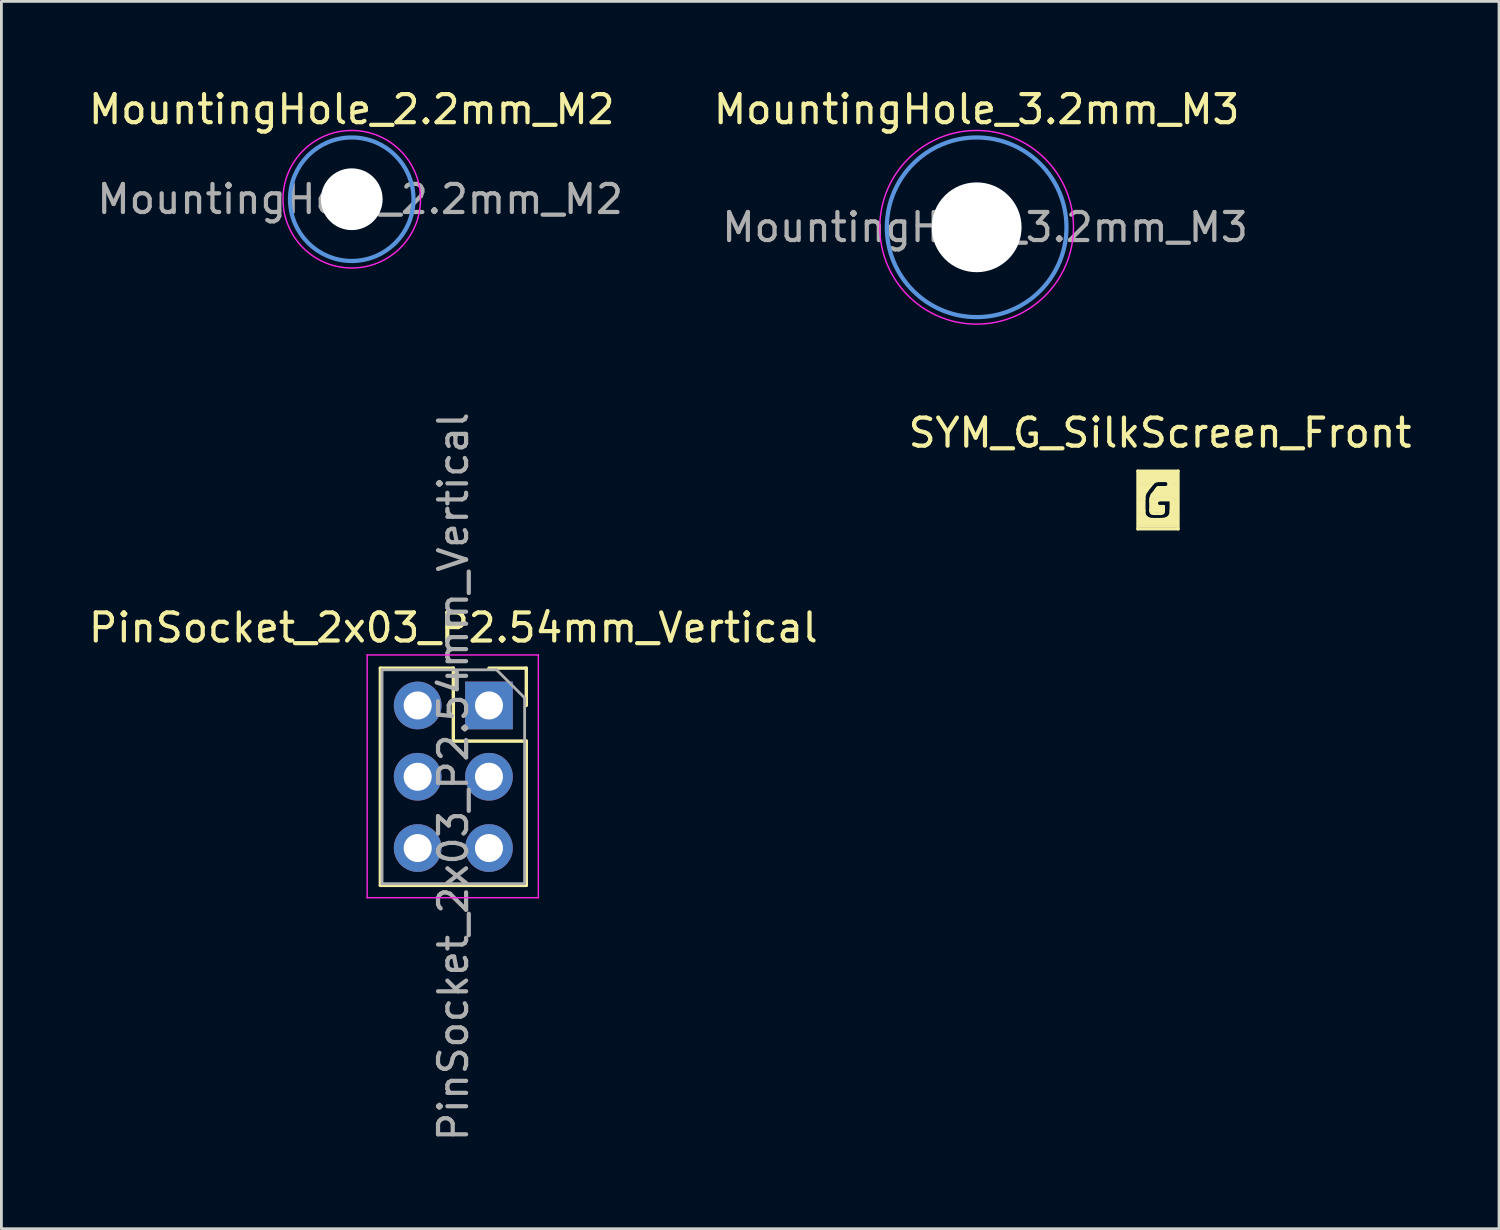
<source format=kicad_pcb>
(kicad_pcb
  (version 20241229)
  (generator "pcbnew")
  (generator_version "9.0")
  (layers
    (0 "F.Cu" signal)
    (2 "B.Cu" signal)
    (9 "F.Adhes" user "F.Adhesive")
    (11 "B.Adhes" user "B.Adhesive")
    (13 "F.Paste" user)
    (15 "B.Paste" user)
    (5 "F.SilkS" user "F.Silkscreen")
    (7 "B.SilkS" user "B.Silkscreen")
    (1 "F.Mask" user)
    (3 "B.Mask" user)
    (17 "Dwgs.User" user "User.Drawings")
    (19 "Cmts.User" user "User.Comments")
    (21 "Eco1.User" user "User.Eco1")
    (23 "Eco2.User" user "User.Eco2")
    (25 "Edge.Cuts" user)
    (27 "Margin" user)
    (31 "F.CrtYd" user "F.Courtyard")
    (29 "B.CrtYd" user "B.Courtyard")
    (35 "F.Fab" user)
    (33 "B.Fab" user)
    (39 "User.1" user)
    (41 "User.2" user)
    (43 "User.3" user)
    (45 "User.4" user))
  (footprint "SYM_G_SilkScreen_Front"
    (layer "F.Cu")
    (at 38.204 14.81)
    (property "Reference" "SYM_G_SilkScreen_Front" (at 0.076 -2.438 0) (layer "F.SilkS") (effects (font (size 1 1) (thickness 0.15))))
    (attr through_hole)
    (fp_line (start -0.72 -1.082) (end 0.725 -1.082) (stroke (width 0.1) (type solid)) (layer "F.SilkS"))
    (fp_line (start -0.72 0.99) (end -0.72 -1.082) (stroke (width 0.1) (type solid)) (layer "F.SilkS"))
    (fp_line (start -0.683 -1.019) (end 0.69 -1.019) (stroke (width 0.1) (type solid)) (layer "F.SilkS"))
    (fp_line (start -0.683 -0.942) (end 0.69 -0.942) (stroke (width 0.1) (type solid)) (layer "F.SilkS"))
    (fp_line (start -0.683 -0.865) (end 0.69 -0.865) (stroke (width 0.1) (type solid)) (layer "F.SilkS"))
    (fp_line (start -0.683 -0.789) (end 0.69 -0.789) (stroke (width 0.1) (type solid)) (layer "F.SilkS"))
    (fp_line (start -0.683 -0.712) (end -0.138 -0.712) (stroke (width 0.1) (type solid)) (layer "F.SilkS"))
    (fp_line (start -0.683 -0.636) (end -0.208 -0.636) (stroke (width 0.1) (type solid)) (layer "F.SilkS"))
    (fp_line (start -0.683 -0.559) (end -0.272 -0.559) (stroke (width 0.1) (type solid)) (layer "F.SilkS"))
    (fp_line (start -0.683 -0.483) (end -0.341 -0.483) (stroke (width 0.1) (type solid)) (layer "F.SilkS"))
    (fp_line (start -0.683 -0.406) (end -0.393 -0.406) (stroke (width 0.1) (type solid)) (layer "F.SilkS"))
    (fp_line (start -0.683 -0.329) (end -0.453 -0.329) (stroke (width 0.1) (type solid)) (layer "F.SilkS"))
    (fp_line (start -0.683 -0.253) (end -0.487 -0.253) (stroke (width 0.1) (type solid)) (layer "F.SilkS"))
    (fp_line (start -0.683 -0.176) (end -0.503 -0.176) (stroke (width 0.1) (type solid)) (layer "F.SilkS"))
    (fp_line (start -0.683 -0.1) (end -0.505 -0.1) (stroke (width 0.1) (type solid)) (layer "F.SilkS"))
    (fp_line (start -0.683 -0.023) (end -0.509 -0.023) (stroke (width 0.1) (type solid)) (layer "F.SilkS"))
    (fp_line (start -0.683 0.053) (end -0.515 0.053) (stroke (width 0.1) (type solid)) (layer "F.SilkS"))
    (fp_line (start -0.683 0.13) (end -0.513 0.13) (stroke (width 0.1) (type solid)) (layer "F.SilkS"))
    (fp_line (start -0.683 0.206) (end -0.519 0.206) (stroke (width 0.1) (type solid)) (layer "F.SilkS"))
    (fp_line (start -0.683 0.283) (end -0.51 0.283) (stroke (width 0.1) (type solid)) (layer "F.SilkS"))
    (fp_line (start -0.683 0.36) (end -0.504 0.36) (stroke (width 0.1) (type solid)) (layer "F.SilkS"))
    (fp_line (start -0.683 0.436) (end -0.504 0.436) (stroke (width 0.1) (type solid)) (layer "F.SilkS"))
    (fp_line (start -0.683 0.513) (end -0.47 0.513) (stroke (width 0.1) (type solid)) (layer "F.SilkS"))
    (fp_line (start -0.683 0.589) (end -0.416 0.589) (stroke (width 0.1) (type solid)) (layer "F.SilkS"))
    (fp_line (start -0.683 0.666) (end 0.682 0.666) (stroke (width 0.1) (type solid)) (layer "F.SilkS"))
    (fp_line (start -0.683 0.742) (end 0.682 0.742) (stroke (width 0.1) (type solid)) (layer "F.SilkS"))
    (fp_line (start -0.683 0.819) (end 0.674 0.819) (stroke (width 0.1) (type solid)) (layer "F.SilkS"))
    (fp_line (start -0.683 0.896) (end 0.682 0.896) (stroke (width 0.1) (type solid)) (layer "F.SilkS"))
    (fp_line (start -0.491 -0.088) (end -0.491 0.334) (stroke (width 0.1) (type solid)) (layer "F.SilkS"))
    (fp_line (start -0.258 0.319) (end -0.258 -0.012) (stroke (width 0.1) (type solid)) (layer "F.SilkS"))
    (fp_line (start -0.254 0.283) (end 0.192 0.283) (stroke (width 0.1) (type solid)) (layer "F.SilkS"))
    (fp_line (start -0.252 -0.1) (end 0.661 -0.1) (stroke (width 0.1) (type solid)) (layer "F.SilkS"))
    (fp_line (start -0.249 0.053) (end -0.073 0.053) (stroke (width 0.1) (type solid)) (layer "F.SilkS"))
    (fp_line (start -0.248 -0.023) (end -0.013 -0.023) (stroke (width 0.1) (type solid)) (layer "F.SilkS"))
    (fp_line (start -0.247 0.206) (end 0.193 0.206) (stroke (width 0.1) (type solid)) (layer "F.SilkS"))
    (fp_line (start -0.247 0.36) (end 0.187 0.36) (stroke (width 0.1) (type solid)) (layer "F.SilkS"))
    (fp_line (start -0.245 0.13) (end -0.039 0.13) (stroke (width 0.1) (type solid)) (layer "F.SilkS"))
    (fp_line (start -0.227 -0.176) (end 0.665 -0.176) (stroke (width 0.1) (type solid)) (layer "F.SilkS"))
    (fp_line (start -0.206 -0.622) (end -0.405 -0.367) (stroke (width 0.1) (type solid)) (layer "F.SilkS"))
    (fp_line (start -0.206 -0.231) (end -0.057 -0.427) (stroke (width 0.1) (type solid)) (layer "F.SilkS"))
    (fp_line (start -0.189 0.642) (end 0.101 0.642) (stroke (width 0.1) (type solid)) (layer "F.SilkS"))
    (fp_line (start -0.186 -0.253) (end 0.672 -0.253) (stroke (width 0.1) (type solid)) (layer "F.SilkS"))
    (fp_line (start -0.109 -0.329) (end 0.668 -0.329) (stroke (width 0.1) (type solid)) (layer "F.SilkS"))
    (fp_line (start -0.05 -0.406) (end 0.648 -0.406) (stroke (width 0.1) (type solid)) (layer "F.SilkS"))
    (fp_line (start -0.012 -0.483) (end 0.654 -0.483) (stroke (width 0.1) (type solid)) (layer "F.SilkS"))
    (fp_line (start 0.039 0.18) (end 0.203 0.18) (stroke (width 0.1) (type solid)) (layer "F.SilkS"))
    (fp_line (start 0.085 -0.496) (end 0.287 -0.496) (stroke (width 0.1) (type solid)) (layer "F.SilkS"))
    (fp_line (start 0.091 0.44) (end -0.142 0.44) (stroke (width 0.1) (type solid)) (layer "F.SilkS"))
    (fp_line (start 0.203 0.18) (end 0.203 0.352) (stroke (width 0.1) (type solid)) (layer "F.SilkS"))
    (fp_line (start 0.287 -0.735) (end 0.061 -0.735) (stroke (width 0.1) (type solid)) (layer "F.SilkS"))
    (fp_line (start 0.359 -0.712) (end 0.662 -0.712) (stroke (width 0.1) (type solid)) (layer "F.SilkS"))
    (fp_line (start 0.369 0.589) (end 0.66 0.589) (stroke (width 0.1) (type solid)) (layer "F.SilkS"))
    (fp_line (start 0.375 -0.559) (end 0.651 -0.559) (stroke (width 0.1) (type solid)) (layer "F.SilkS"))
    (fp_line (start 0.403 -0.636) (end 0.66 -0.636) (stroke (width 0.1) (type solid)) (layer "F.SilkS"))
    (fp_line (start 0.435 0.513) (end 0.644 0.513) (stroke (width 0.1) (type solid)) (layer "F.SilkS"))
    (fp_line (start 0.463 0.436) (end 0.65 0.436) (stroke (width 0.1) (type solid)) (layer "F.SilkS"))
    (fp_line (start 0.465 -0.046) (end 0.039 -0.046) (stroke (width 0.1) (type solid)) (layer "F.SilkS"))
    (fp_line (start 0.465 0.344) (end 0.465 -0.046) (stroke (width 0.1) (type solid)) (layer "F.SilkS"))
    (fp_line (start 0.472 -0.023) (end 0.656 -0.023) (stroke (width 0.1) (type solid)) (layer "F.SilkS"))
    (fp_line (start 0.472 0.36) (end 0.664 0.364) (stroke (width 0.1) (type solid)) (layer "F.SilkS"))
    (fp_line (start 0.474 0.283) (end 0.664 0.283) (stroke (width 0.1) (type solid)) (layer "F.SilkS"))
    (fp_line (start 0.48 0.13) (end 0.662 0.128) (stroke (width 0.1) (type solid)) (layer "F.SilkS"))
    (fp_line (start 0.483 0.206) (end 0.664 0.206) (stroke (width 0.1) (type solid)) (layer "F.SilkS"))
    (fp_line (start 0.491 0.053) (end 0.66 0.052) (stroke (width 0.1) (type solid)) (layer "F.SilkS"))
    (fp_line (start 0.725 -1.082) (end 0.725 0.99) (stroke (width 0.1) (type solid)) (layer "F.SilkS"))
    (fp_line (start 0.725 0.99) (end -0.72 0.99) (stroke (width 0.1) (type solid)) (layer "F.SilkS"))
    (fp_curve (pts (xy -0.491 0.334) (xy -0.491 0.418) (xy -0.487 0.502) (xy -0.419 0.562)) (stroke (width 0.1) (type solid)) (layer "F.SilkS"))
    (fp_curve (pts (xy -0.419 0.562) (xy -0.36 0.616) (xy -0.266 0.642) (xy -0.189 0.642)) (stroke (width 0.1) (type solid)) (layer "F.SilkS"))
    (fp_curve (pts (xy -0.405 -0.367) (xy -0.47 -0.284) (xy -0.491 -0.196) (xy -0.491 -0.088)) (stroke (width 0.1) (type solid)) (layer "F.SilkS"))
    (fp_curve (pts (xy -0.258 -0.012) (xy -0.258 -0.094) (xy -0.251 -0.162) (xy -0.206 -0.231)) (stroke (width 0.1) (type solid)) (layer "F.SilkS"))
    (fp_curve (pts (xy -0.142 0.44) (xy -0.238 0.44) (xy -0.258 0.412) (xy -0.258 0.319)) (stroke (width 0.1) (type solid)) (layer "F.SilkS"))
    (fp_curve (pts (xy -0.057 -0.427) (xy -0.001 -0.498) (xy -0.008 -0.496) (xy 0.085 -0.496)) (stroke (width 0.1) (type solid)) (layer "F.SilkS"))
    (fp_curve (pts (xy -0.045 0.065) (xy -0.045 0.126) (xy -0.005 0.18) (xy 0.039 0.18)) (stroke (width 0.1) (type solid)) (layer "F.SilkS"))
    (fp_curve (pts (xy 0.039 -0.046) (xy -0.005 -0.046) (xy -0.045 0.004) (xy -0.045 0.065)) (stroke (width 0.1) (type solid)) (layer "F.SilkS"))
    (fp_curve (pts (xy 0.061 -0.735) (xy -0.049 -0.735) (xy -0.139 -0.708) (xy -0.206 -0.622)) (stroke (width 0.1) (type solid)) (layer "F.SilkS"))
    (fp_curve (pts (xy 0.101 0.642) (xy 0.343 0.642) (xy 0.465 0.542) (xy 0.465 0.344)) (stroke (width 0.1) (type solid)) (layer "F.SilkS"))
    (fp_curve (pts (xy 0.203 0.352) (xy 0.203 0.427) (xy 0.152 0.44) (xy 0.091 0.44)) (stroke (width 0.1) (type solid)) (layer "F.SilkS"))
    (fp_curve (pts (xy 0.287 -0.496) (xy 0.331 -0.496) (xy 0.394 -0.553) (xy 0.394 -0.614)) (stroke (width 0.1) (type solid)) (layer "F.SilkS"))
    (fp_curve (pts (xy 0.394 -0.614) (xy 0.394 -0.674) (xy 0.331 -0.735) (xy 0.287 -0.735)) (stroke (width 0.1) (type solid)) (layer "F.SilkS")))
  (footprint "MountingHole_3.2mm_M3"
    (layer "F.Cu")
    (at 31.746 5.048)
    (property "Reference" "MountingHole_3.2mm_M3" (at 0 -4.2 0) (layer "F.SilkS") (effects (font (size 1 1) (thickness 0.15))))
    (attr exclude_from_pos_files exclude_from_bom)
    (fp_circle (center 0 0) (end 3.2 0) (stroke (width 0.15) (type solid)) (fill no) (layer "Cmts.User"))
    (fp_circle (center 0 0) (end 3.45 0) (stroke (width 0.05) (type solid)) (fill no) (layer "F.CrtYd"))
    (fp_text user "${REFERENCE}" (at 0.3 0 0) (layer "F.Fab") (effects (font (size 1 1) (thickness 0.15))))
    (pad "" np_thru_hole circle (at 0 0) (size 3.2 3.2) (drill 3.2) (layers "*.Cu" "*.Mask")))
  (footprint "PinSocket_2x03_P2.54mm_Vertical"
    (layer "F.Cu")
    (at 14.371 22.084)
    (property "Reference" "PinSocket_2x03_P2.54mm_Vertical" (at -1.27 -2.77 0) (layer "F.SilkS") (effects (font (size 1 1) (thickness 0.15))))
    (attr through_hole)
    (fp_line (start -3.87 -1.33) (end -3.87 6.41) (stroke (width 0.12) (type solid)) (layer "F.SilkS"))
    (fp_line (start -3.87 -1.33) (end -1.27 -1.33) (stroke (width 0.12) (type solid)) (layer "F.SilkS"))
    (fp_line (start -3.87 6.41) (end 1.33 6.41) (stroke (width 0.12) (type solid)) (layer "F.SilkS"))
    (fp_line (start -1.27 -1.33) (end -1.27 1.27) (stroke (width 0.12) (type solid)) (layer "F.SilkS"))
    (fp_line (start -1.27 1.27) (end 1.33 1.27) (stroke (width 0.12) (type solid)) (layer "F.SilkS"))
    (fp_line (start 0 -1.33) (end 1.33 -1.33) (stroke (width 0.12) (type solid)) (layer "F.SilkS"))
    (fp_line (start 1.33 -1.33) (end 1.33 0) (stroke (width 0.12) (type solid)) (layer "F.SilkS"))
    (fp_line (start 1.33 1.27) (end 1.33 6.41) (stroke (width 0.12) (type solid)) (layer "F.SilkS"))
    (fp_line (start -4.34 -1.8) (end 1.76 -1.8) (stroke (width 0.05) (type solid)) (layer "F.CrtYd"))
    (fp_line (start -4.34 6.85) (end -4.34 -1.8) (stroke (width 0.05) (type solid)) (layer "F.CrtYd"))
    (fp_line (start 1.76 -1.8) (end 1.76 6.85) (stroke (width 0.05) (type solid)) (layer "F.CrtYd"))
    (fp_line (start 1.76 6.85) (end -4.34 6.85) (stroke (width 0.05) (type solid)) (layer "F.CrtYd"))
    (fp_line (start -3.81 -1.27) (end 0.27 -1.27) (stroke (width 0.1) (type solid)) (layer "F.Fab"))
    (fp_line (start -3.81 6.35) (end -3.81 -1.27) (stroke (width 0.1) (type solid)) (layer "F.Fab"))
    (fp_line (start 0.27 -1.27) (end 1.27 -0.27) (stroke (width 0.1) (type solid)) (layer "F.Fab"))
    (fp_line (start 1.27 -0.27) (end 1.27 6.35) (stroke (width 0.1) (type solid)) (layer "F.Fab"))
    (fp_line (start 1.27 6.35) (end -3.81 6.35) (stroke (width 0.1) (type solid)) (layer "F.Fab"))
    (fp_text user "${REFERENCE}" (at -1.27 2.54 90) (layer "F.Fab") (effects (font (size 1 1) (thickness 0.15))))
    (pad "1" thru_hole rect (at 0 0) (size 1.7 1.7) (drill 1) (layers "*.Cu" "*.Mask"))
    (pad "2" thru_hole oval (at -2.54 0) (size 1.7 1.7) (drill 1) (layers "*.Cu" "*.Mask"))
    (pad "3" thru_hole oval (at 0 2.54) (size 1.7 1.7) (drill 1) (layers "*.Cu" "*.Mask"))
    (pad "4" thru_hole oval (at -2.54 2.54) (size 1.7 1.7) (drill 1) (layers "*.Cu" "*.Mask"))
    (pad "5" thru_hole oval (at 0 5.08) (size 1.7 1.7) (drill 1) (layers "*.Cu" "*.Mask"))
    (pad "6" thru_hole oval (at -2.54 5.08) (size 1.7 1.7) (drill 1) (layers "*.Cu" "*.Mask")))
  (footprint "MountingHole_2.2mm_M2"
    (layer "F.Cu")
    (at 9.482 4.048)
    (property "Reference" "MountingHole_2.2mm_M2" (at 0 -3.2 0) (layer "F.SilkS") (effects (font (size 1 1) (thickness 0.15))))
    (attr exclude_from_pos_files exclude_from_bom)
    (fp_circle (center 0 0) (end 2.2 0) (stroke (width 0.15) (type solid)) (fill no) (layer "Cmts.User"))
    (fp_circle (center 0 0) (end 2.45 0) (stroke (width 0.05) (type solid)) (fill no) (layer "F.CrtYd"))
    (fp_text user "${REFERENCE}" (at 0.3 0 0) (layer "F.Fab") (effects (font (size 1 1) (thickness 0.15))))
    (pad "" np_thru_hole circle (at 0 0) (size 2.2 2.2) (drill 2.2) (layers "*.Cu" "*.Mask")))
  (gr_rect
    (start -3 -3)
    (end 50.357 40.726)
    (stroke (width 0.1) (type default))
    (fill no)
    (layer "Edge.Cuts")))
</source>
